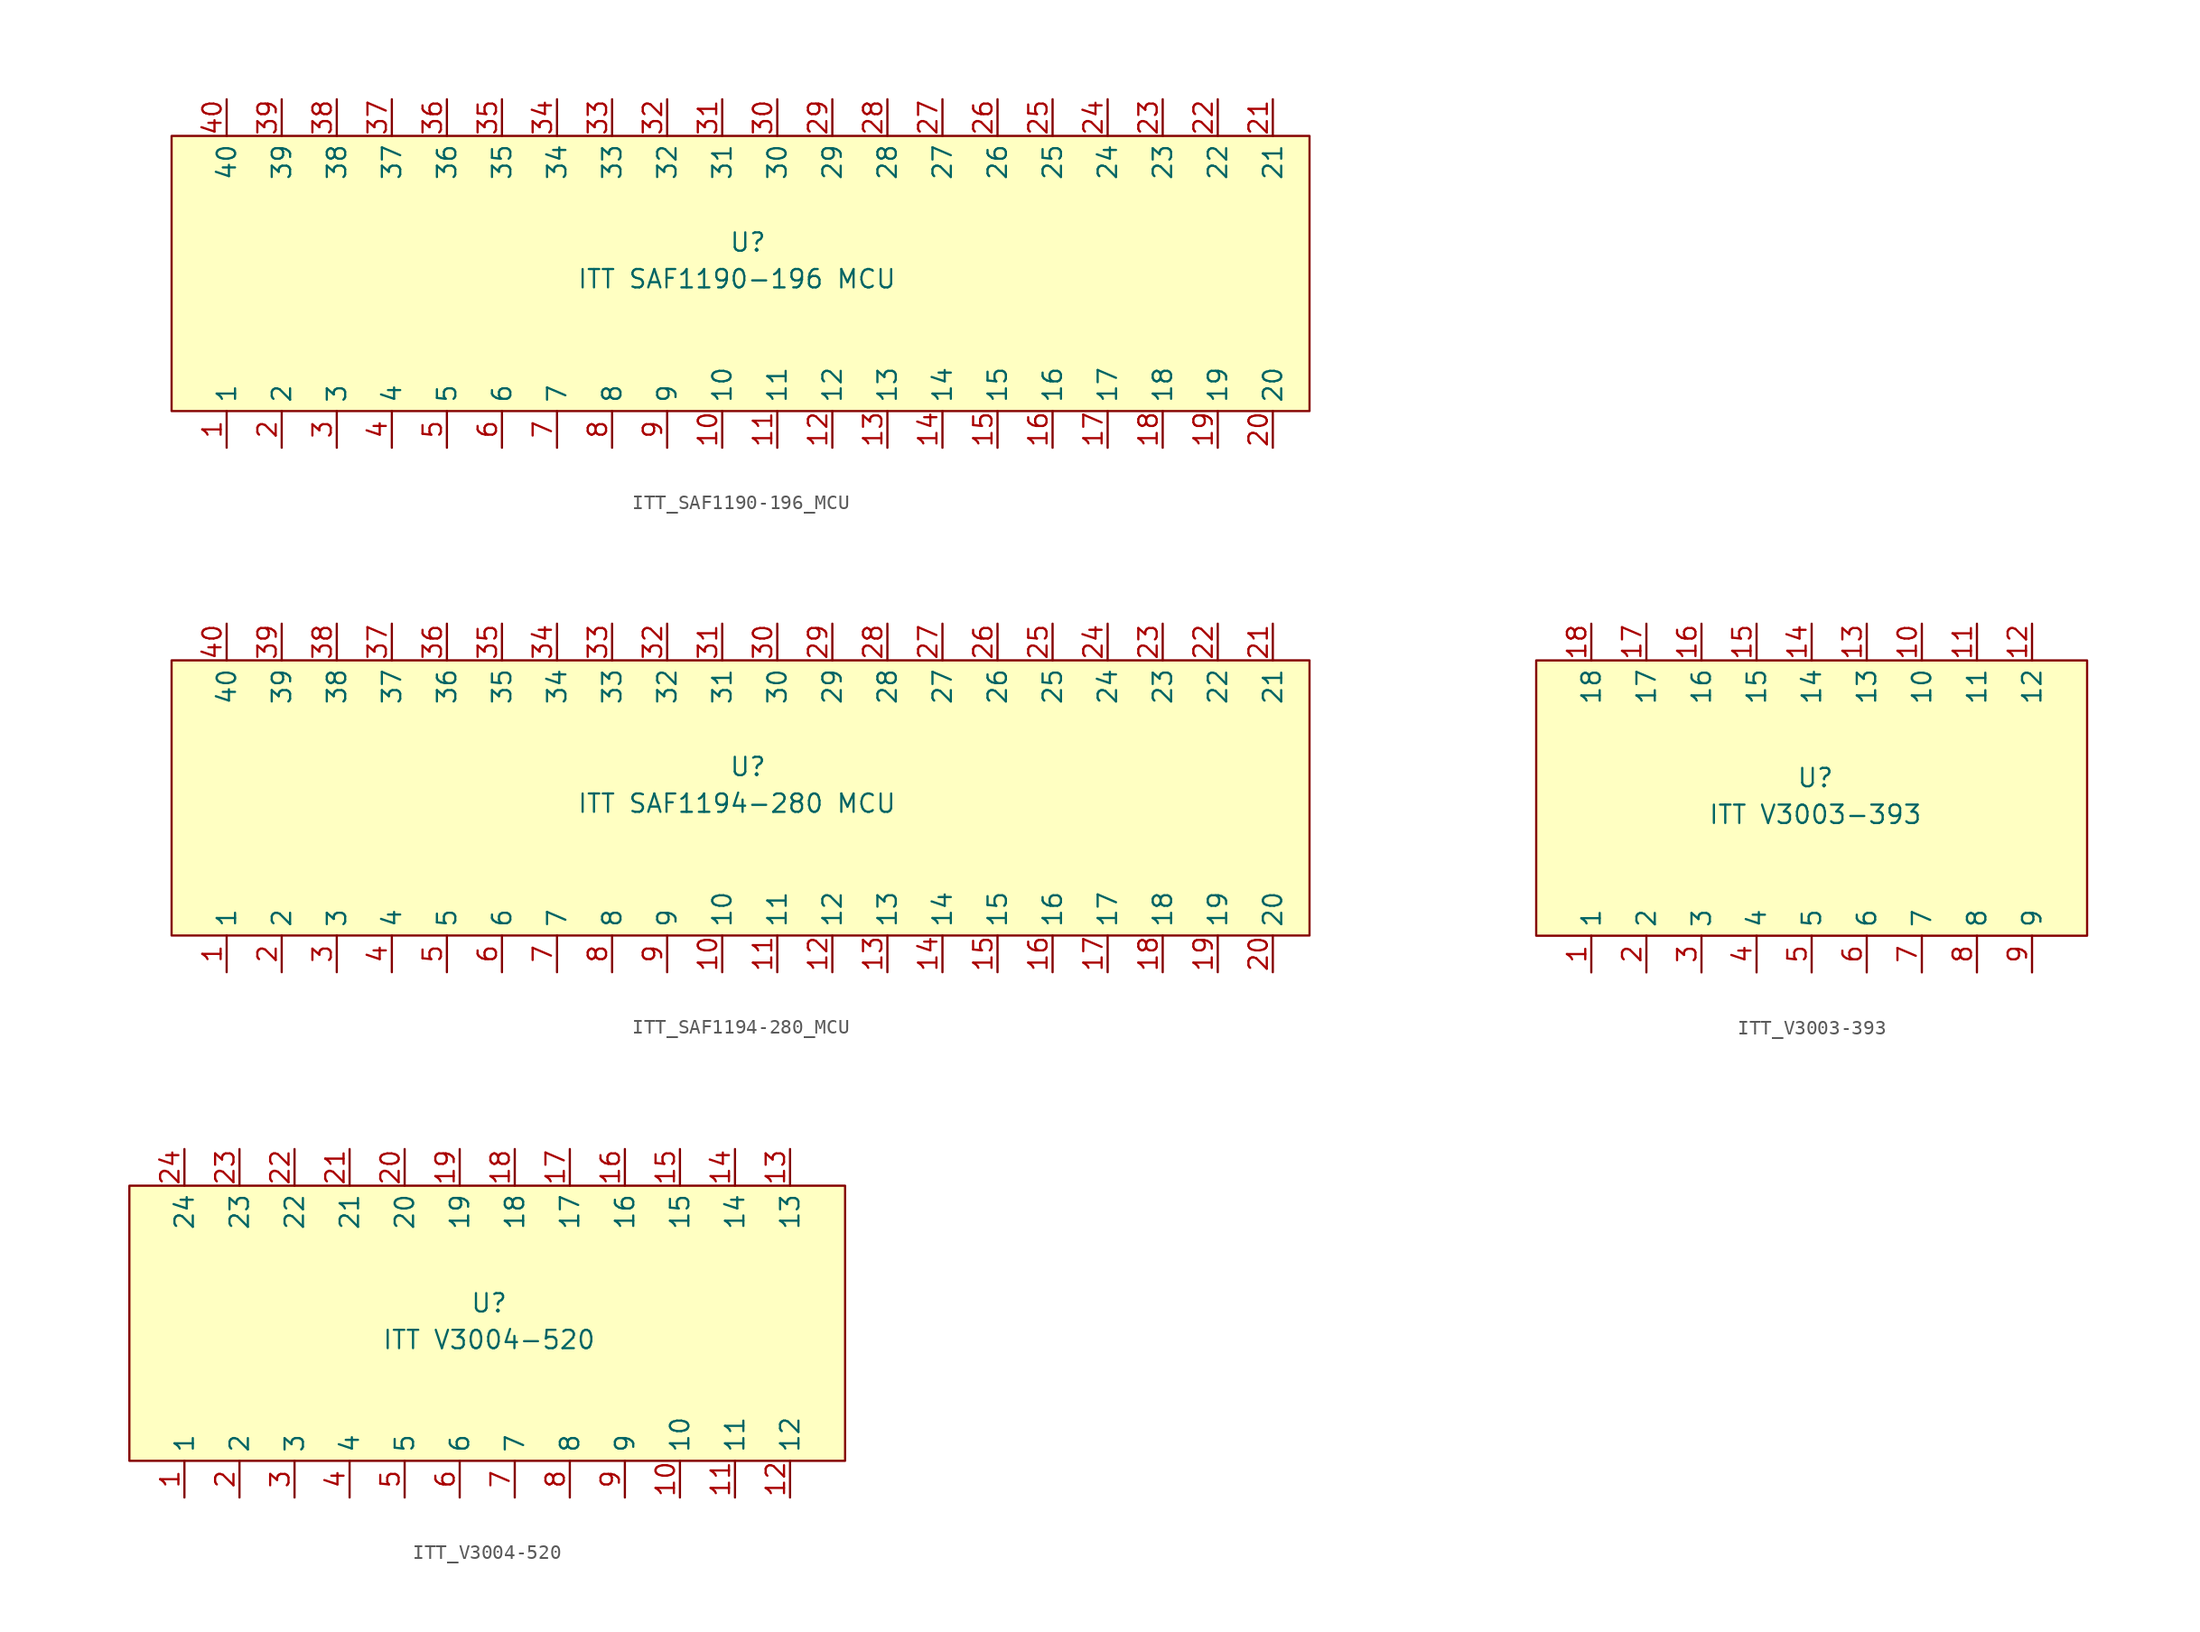
<source format=kicad_sym>
(kicad_symbol_lib
  (version 20241209)
  (generator "kicad_symbol_editor")
  (generator_version "9.0")
  (symbol "ITT_SAF1190-196_MCU"
    (property "Reference" "U"
      (at 0.508 -18.796 0)
      (effects (font (size 1.27 1.27))))
    (property "Value" "ITT SAF1190-196 MCU"
      (at -0.254 -21.336 0)
      (effects (font (size 1.27 1.27))))
    (symbol "ITT_SAF1190-196_MCU_1_1"
      (rectangle (start -39.37 -11.43) (end 39.37 -30.48) (stroke (width 0) (type default)) (fill (type background)))
      (pin input line (at -35.56 -8.89 270) (length 2.54) (name "40" (effects (font (size 1.27 1.27)))) (number "40" (effects (font (size 1.27 1.27)))))
      (pin input line (at -35.56 -33.02 90) (length 2.54) (name "1" (effects (font (size 1.27 1.27)))) (number "1" (effects (font (size 1.27 1.27)))))
      (pin output line (at -31.75 -8.89 270) (length 2.54) (name "39" (effects (font (size 1.27 1.27)))) (number "39" (effects (font (size 1.27 1.27)))))
      (pin input line (at -31.75 -33.02 90) (length 2.54) (name "2" (effects (font (size 1.27 1.27)))) (number "2" (effects (font (size 1.27 1.27)))))
      (pin input line (at -27.94 -8.89 270) (length 2.54) (name "38" (effects (font (size 1.27 1.27)))) (number "38" (effects (font (size 1.27 1.27)))))
      (pin input line (at -27.94 -33.02 90) (length 2.54) (name "3" (effects (font (size 1.27 1.27)))) (number "3" (effects (font (size 1.27 1.27)))))
      (pin input line (at -24.13 -8.89 270) (length 2.54) (name "37" (effects (font (size 1.27 1.27)))) (number "37" (effects (font (size 1.27 1.27)))))
      (pin input line (at -24.13 -33.02 90) (length 2.54) (name "4" (effects (font (size 1.27 1.27)))) (number "4" (effects (font (size 1.27 1.27)))))
      (pin input line (at -20.32 -8.89 270) (length 2.54) (name "36" (effects (font (size 1.27 1.27)))) (number "36" (effects (font (size 1.27 1.27)))))
      (pin input line (at -20.32 -33.02 90) (length 2.54) (name "5" (effects (font (size 1.27 1.27)))) (number "5" (effects (font (size 1.27 1.27)))))
      (pin input line (at -16.51 -8.89 270) (length 2.54) (name "35" (effects (font (size 1.27 1.27)))) (number "35" (effects (font (size 1.27 1.27)))))
      (pin input line (at -16.51 -33.02 90) (length 2.54) (name "6" (effects (font (size 1.27 1.27)))) (number "6" (effects (font (size 1.27 1.27)))))
      (pin input line (at -12.7 -8.89 270) (length 2.54) (name "34" (effects (font (size 1.27 1.27)))) (number "34" (effects (font (size 1.27 1.27)))))
      (pin input line (at -12.7 -33.02 90) (length 2.54) (name "7" (effects (font (size 1.27 1.27)))) (number "7" (effects (font (size 1.27 1.27)))))
      (pin input line (at -8.89 -8.89 270) (length 2.54) (name "33" (effects (font (size 1.27 1.27)))) (number "33" (effects (font (size 1.27 1.27)))))
      (pin input line (at -8.89 -33.02 90) (length 2.54) (name "8" (effects (font (size 1.27 1.27)))) (number "8" (effects (font (size 1.27 1.27)))))
      (pin input line (at -5.08 -8.89 270) (length 2.54) (name "32" (effects (font (size 1.27 1.27)))) (number "32" (effects (font (size 1.27 1.27)))))
      (pin input line (at -5.08 -33.02 90) (length 2.54) (name "9" (effects (font (size 1.27 1.27)))) (number "9" (effects (font (size 1.27 1.27)))))
      (pin input line (at -1.27 -8.89 270) (length 2.54) (name "31" (effects (font (size 1.27 1.27)))) (number "31" (effects (font (size 1.27 1.27)))))
      (pin input line (at -1.27 -33.02 90) (length 2.54) (name "10" (effects (font (size 1.27 1.27)))) (number "10" (effects (font (size 1.27 1.27)))))
      (pin input line (at 2.54 -8.89 270) (length 2.54) (name "30" (effects (font (size 1.27 1.27)))) (number "30" (effects (font (size 1.27 1.27)))))
      (pin input line (at 2.54 -33.02 90) (length 2.54) (name "11" (effects (font (size 1.27 1.27)))) (number "11" (effects (font (size 1.27 1.27)))))
      (pin input line (at 6.35 -8.89 270) (length 2.54) (name "29" (effects (font (size 1.27 1.27)))) (number "29" (effects (font (size 1.27 1.27)))))
      (pin input line (at 6.35 -33.02 90) (length 2.54) (name "12" (effects (font (size 1.27 1.27)))) (number "12" (effects (font (size 1.27 1.27)))))
      (pin input line (at 10.16 -8.89 270) (length 2.54) (name "28" (effects (font (size 1.27 1.27)))) (number "28" (effects (font (size 1.27 1.27)))))
      (pin output line (at 10.16 -33.02 90) (length 2.54) (name "13" (effects (font (size 1.27 1.27)))) (number "13" (effects (font (size 1.27 1.27)))))
      (pin input line (at 13.97 -8.89 270) (length 2.54) (name "27" (effects (font (size 1.27 1.27)))) (number "27" (effects (font (size 1.27 1.27)))))
      (pin output line (at 13.97 -33.02 90) (length 2.54) (name "14" (effects (font (size 1.27 1.27)))) (number "14" (effects (font (size 1.27 1.27)))))
      (pin input line (at 17.78 -8.89 270) (length 2.54) (name "26" (effects (font (size 1.27 1.27)))) (number "26" (effects (font (size 1.27 1.27)))))
      (pin output line (at 17.78 -33.02 90) (length 2.54) (name "15" (effects (font (size 1.27 1.27)))) (number "15" (effects (font (size 1.27 1.27)))))
      (pin input line (at 21.59 -8.89 270) (length 2.54) (name "25" (effects (font (size 1.27 1.27)))) (number "25" (effects (font (size 1.27 1.27)))))
      (pin output line (at 21.59 -33.02 90) (length 2.54) (name "16" (effects (font (size 1.27 1.27)))) (number "16" (effects (font (size 1.27 1.27)))))
      (pin output line (at 25.4 -8.89 270) (length 2.54) (name "24" (effects (font (size 1.27 1.27)))) (number "24" (effects (font (size 1.27 1.27)))))
      (pin output line (at 25.4 -33.02 90) (length 2.54) (name "17" (effects (font (size 1.27 1.27)))) (number "17" (effects (font (size 1.27 1.27)))))
      (pin output line (at 29.21 -8.89 270) (length 2.54) (name "23" (effects (font (size 1.27 1.27)))) (number "23" (effects (font (size 1.27 1.27)))))
      (pin output line (at 29.21 -33.02 90) (length 2.54) (name "18" (effects (font (size 1.27 1.27)))) (number "18" (effects (font (size 1.27 1.27)))))
      (pin output line (at 33.02 -8.89 270) (length 2.54) (name "22" (effects (font (size 1.27 1.27)))) (number "22" (effects (font (size 1.27 1.27)))))
      (pin output line (at 33.02 -33.02 90) (length 2.54) (name "19" (effects (font (size 1.27 1.27)))) (number "19" (effects (font (size 1.27 1.27)))))
      (pin input line (at 36.83 -8.89 270) (length 2.54) (name "21" (effects (font (size 1.27 1.27)))) (number "21" (effects (font (size 1.27 1.27)))))
      (pin output line (at 36.83 -33.02 90) (length 2.54) (name "20" (effects (font (size 1.27 1.27)))) (number "20" (effects (font (size 1.27 1.27)))))))
  (symbol "ITT_SAF1194-280_MCU"
    (property "Reference" "U"
      (at 0.508 -18.796 0)
      (effects (font (size 1.27 1.27))))
    (property "Value" "ITT SAF1194-280 MCU"
      (at -0.254 -21.336 0)
      (effects (font (size 1.27 1.27))))
    (symbol "ITT_SAF1194-280_MCU_1_1"
      (rectangle (start -39.37 -11.43) (end 39.37 -30.48) (stroke (width 0) (type default)) (fill (type background)))
      (pin input line (at -35.56 -8.89 270) (length 2.54) (name "40" (effects (font (size 1.27 1.27)))) (number "40" (effects (font (size 1.27 1.27)))))
      (pin input line (at -35.56 -33.02 90) (length 2.54) (name "1" (effects (font (size 1.27 1.27)))) (number "1" (effects (font (size 1.27 1.27)))))
      (pin output line (at -31.75 -8.89 270) (length 2.54) (name "39" (effects (font (size 1.27 1.27)))) (number "39" (effects (font (size 1.27 1.27)))))
      (pin input line (at -31.75 -33.02 90) (length 2.54) (name "2" (effects (font (size 1.27 1.27)))) (number "2" (effects (font (size 1.27 1.27)))))
      (pin input line (at -27.94 -8.89 270) (length 2.54) (name "38" (effects (font (size 1.27 1.27)))) (number "38" (effects (font (size 1.27 1.27)))))
      (pin input line (at -27.94 -33.02 90) (length 2.54) (name "3" (effects (font (size 1.27 1.27)))) (number "3" (effects (font (size 1.27 1.27)))))
      (pin input line (at -24.13 -8.89 270) (length 2.54) (name "37" (effects (font (size 1.27 1.27)))) (number "37" (effects (font (size 1.27 1.27)))))
      (pin input line (at -24.13 -33.02 90) (length 2.54) (name "4" (effects (font (size 1.27 1.27)))) (number "4" (effects (font (size 1.27 1.27)))))
      (pin input line (at -20.32 -8.89 270) (length 2.54) (name "36" (effects (font (size 1.27 1.27)))) (number "36" (effects (font (size 1.27 1.27)))))
      (pin input line (at -20.32 -33.02 90) (length 2.54) (name "5" (effects (font (size 1.27 1.27)))) (number "5" (effects (font (size 1.27 1.27)))))
      (pin input line (at -16.51 -8.89 270) (length 2.54) (name "35" (effects (font (size 1.27 1.27)))) (number "35" (effects (font (size 1.27 1.27)))))
      (pin input line (at -16.51 -33.02 90) (length 2.54) (name "6" (effects (font (size 1.27 1.27)))) (number "6" (effects (font (size 1.27 1.27)))))
      (pin input line (at -12.7 -8.89 270) (length 2.54) (name "34" (effects (font (size 1.27 1.27)))) (number "34" (effects (font (size 1.27 1.27)))))
      (pin input line (at -12.7 -33.02 90) (length 2.54) (name "7" (effects (font (size 1.27 1.27)))) (number "7" (effects (font (size 1.27 1.27)))))
      (pin input line (at -8.89 -8.89 270) (length 2.54) (name "33" (effects (font (size 1.27 1.27)))) (number "33" (effects (font (size 1.27 1.27)))))
      (pin input line (at -8.89 -33.02 90) (length 2.54) (name "8" (effects (font (size 1.27 1.27)))) (number "8" (effects (font (size 1.27 1.27)))))
      (pin input line (at -5.08 -8.89 270) (length 2.54) (name "32" (effects (font (size 1.27 1.27)))) (number "32" (effects (font (size 1.27 1.27)))))
      (pin input line (at -5.08 -33.02 90) (length 2.54) (name "9" (effects (font (size 1.27 1.27)))) (number "9" (effects (font (size 1.27 1.27)))))
      (pin input line (at -1.27 -8.89 270) (length 2.54) (name "31" (effects (font (size 1.27 1.27)))) (number "31" (effects (font (size 1.27 1.27)))))
      (pin input line (at -1.27 -33.02 90) (length 2.54) (name "10" (effects (font (size 1.27 1.27)))) (number "10" (effects (font (size 1.27 1.27)))))
      (pin input line (at 2.54 -8.89 270) (length 2.54) (name "30" (effects (font (size 1.27 1.27)))) (number "30" (effects (font (size 1.27 1.27)))))
      (pin input line (at 2.54 -33.02 90) (length 2.54) (name "11" (effects (font (size 1.27 1.27)))) (number "11" (effects (font (size 1.27 1.27)))))
      (pin input line (at 6.35 -8.89 270) (length 2.54) (name "29" (effects (font (size 1.27 1.27)))) (number "29" (effects (font (size 1.27 1.27)))))
      (pin input line (at 6.35 -33.02 90) (length 2.54) (name "12" (effects (font (size 1.27 1.27)))) (number "12" (effects (font (size 1.27 1.27)))))
      (pin input line (at 10.16 -8.89 270) (length 2.54) (name "28" (effects (font (size 1.27 1.27)))) (number "28" (effects (font (size 1.27 1.27)))))
      (pin output line (at 10.16 -33.02 90) (length 2.54) (name "13" (effects (font (size 1.27 1.27)))) (number "13" (effects (font (size 1.27 1.27)))))
      (pin input line (at 13.97 -8.89 270) (length 2.54) (name "27" (effects (font (size 1.27 1.27)))) (number "27" (effects (font (size 1.27 1.27)))))
      (pin output line (at 13.97 -33.02 90) (length 2.54) (name "14" (effects (font (size 1.27 1.27)))) (number "14" (effects (font (size 1.27 1.27)))))
      (pin input line (at 17.78 -8.89 270) (length 2.54) (name "26" (effects (font (size 1.27 1.27)))) (number "26" (effects (font (size 1.27 1.27)))))
      (pin output line (at 17.78 -33.02 90) (length 2.54) (name "15" (effects (font (size 1.27 1.27)))) (number "15" (effects (font (size 1.27 1.27)))))
      (pin input line (at 21.59 -8.89 270) (length 2.54) (name "25" (effects (font (size 1.27 1.27)))) (number "25" (effects (font (size 1.27 1.27)))))
      (pin output line (at 21.59 -33.02 90) (length 2.54) (name "16" (effects (font (size 1.27 1.27)))) (number "16" (effects (font (size 1.27 1.27)))))
      (pin output line (at 25.4 -8.89 270) (length 2.54) (name "24" (effects (font (size 1.27 1.27)))) (number "24" (effects (font (size 1.27 1.27)))))
      (pin output line (at 25.4 -33.02 90) (length 2.54) (name "17" (effects (font (size 1.27 1.27)))) (number "17" (effects (font (size 1.27 1.27)))))
      (pin output line (at 29.21 -8.89 270) (length 2.54) (name "23" (effects (font (size 1.27 1.27)))) (number "23" (effects (font (size 1.27 1.27)))))
      (pin output line (at 29.21 -33.02 90) (length 2.54) (name "18" (effects (font (size 1.27 1.27)))) (number "18" (effects (font (size 1.27 1.27)))))
      (pin output line (at 33.02 -8.89 270) (length 2.54) (name "22" (effects (font (size 1.27 1.27)))) (number "22" (effects (font (size 1.27 1.27)))))
      (pin output line (at 33.02 -33.02 90) (length 2.54) (name "19" (effects (font (size 1.27 1.27)))) (number "19" (effects (font (size 1.27 1.27)))))
      (pin input line (at 36.83 -8.89 270) (length 2.54) (name "21" (effects (font (size 1.27 1.27)))) (number "21" (effects (font (size 1.27 1.27)))))
      (pin output line (at 36.83 -33.02 90) (length 2.54) (name "20" (effects (font (size 1.27 1.27)))) (number "20" (effects (font (size 1.27 1.27)))))))
  (symbol "ITT_V3003-393"
    (property "Reference" "U"
      (at 0.254 -19.558 0)
      (effects (font (size 1.27 1.27))))
    (property "Value" "ITT V3003-393"
      (at 0.254 -22.098 0)
      (effects (font (size 1.27 1.27))))
    (symbol "ITT_V3003-393_1_1"
      (rectangle (start -19.05 -11.43) (end 19.05 -30.48) (stroke (width 0) (type default)) (fill (type background)))
      (pin output line (at -15.24 -8.89 270) (length 2.54) (name "18" (effects (font (size 1.27 1.27)))) (number "18" (effects (font (size 1.27 1.27)))))
      (pin input line (at -15.24 -33.02 90) (length 2.54) (name "1" (effects (font (size 1.27 1.27)))) (number "1" (effects (font (size 1.27 1.27)))))
      (pin output line (at -11.43 -8.89 270) (length 2.54) (name "17" (effects (font (size 1.27 1.27)))) (number "17" (effects (font (size 1.27 1.27)))))
      (pin input line (at -11.43 -33.02 90) (length 2.54) (name "2" (effects (font (size 1.27 1.27)))) (number "2" (effects (font (size 1.27 1.27)))))
      (pin output line (at -7.62 -8.89 270) (length 2.54) (name "16" (effects (font (size 1.27 1.27)))) (number "16" (effects (font (size 1.27 1.27)))))
      (pin input line (at -7.62 -33.02 90) (length 2.54) (name "3" (effects (font (size 1.27 1.27)))) (number "3" (effects (font (size 1.27 1.27)))))
      (pin output line (at -3.81 -8.89 270) (length 2.54) (name "15" (effects (font (size 1.27 1.27)))) (number "15" (effects (font (size 1.27 1.27)))))
      (pin input line (at -3.81 -33.02 90) (length 2.54) (name "4" (effects (font (size 1.27 1.27)))) (number "4" (effects (font (size 1.27 1.27)))))
      (pin output line (at 0 -8.89 270) (length 2.54) (name "14" (effects (font (size 1.27 1.27)))) (number "14" (effects (font (size 1.27 1.27)))))
      (pin input line (at 0 -33.02 90) (length 2.54) (name "5" (effects (font (size 1.27 1.27)))) (number "5" (effects (font (size 1.27 1.27)))))
      (pin output line (at 3.81 -8.89 270) (length 2.54) (name "13" (effects (font (size 1.27 1.27)))) (number "13" (effects (font (size 1.27 1.27)))))
      (pin input line (at 3.81 -33.02 90) (length 2.54) (name "6" (effects (font (size 1.27 1.27)))) (number "6" (effects (font (size 1.27 1.27)))))
      (pin input line (at 7.62 -8.89 270) (length 2.54) (name "10" (effects (font (size 1.27 1.27)))) (number "10" (effects (font (size 1.27 1.27)))))
      (pin input line (at 7.62 -33.02 90) (length 2.54) (name "7" (effects (font (size 1.27 1.27)))) (number "7" (effects (font (size 1.27 1.27)))))
      (pin input line (at 11.43 -8.89 270) (length 2.54) (name "11" (effects (font (size 1.27 1.27)))) (number "11" (effects (font (size 1.27 1.27)))))
      (pin input line (at 11.43 -33.02 90) (length 2.54) (name "8" (effects (font (size 1.27 1.27)))) (number "8" (effects (font (size 1.27 1.27)))))
      (pin input line (at 15.24 -8.89 270) (length 2.54) (name "12" (effects (font (size 1.27 1.27)))) (number "12" (effects (font (size 1.27 1.27)))))
      (pin input line (at 15.24 -33.02 90) (length 2.54) (name "9" (effects (font (size 1.27 1.27)))) (number "9" (effects (font (size 1.27 1.27)))))))
  (symbol "ITT_V3004-520"
    (property "Reference" "U"
      (at 0.762 -19.558 0)
      (effects (font (size 1.27 1.27))))
    (property "Value" "ITT V3004-520"
      (at 0.762 -22.098 0)
      (effects (font (size 1.27 1.27))))
    (symbol "ITT_V3004-520_1_1"
      (rectangle (start -24.13 -11.43) (end 25.4 -30.48) (stroke (width 0) (type default)) (fill (type background)))
      (pin output line (at -20.32 -8.89 270) (length 2.54) (name "24" (effects (font (size 1.27 1.27)))) (number "24" (effects (font (size 1.27 1.27)))))
      (pin input line (at -20.32 -33.02 90) (length 2.54) (name "1" (effects (font (size 1.27 1.27)))) (number "1" (effects (font (size 1.27 1.27)))))
      (pin output line (at -16.51 -8.89 270) (length 2.54) (name "23" (effects (font (size 1.27 1.27)))) (number "23" (effects (font (size 1.27 1.27)))))
      (pin input line (at -16.51 -33.02 90) (length 2.54) (name "2" (effects (font (size 1.27 1.27)))) (number "2" (effects (font (size 1.27 1.27)))))
      (pin output line (at -12.7 -8.89 270) (length 2.54) (name "22" (effects (font (size 1.27 1.27)))) (number "22" (effects (font (size 1.27 1.27)))))
      (pin input line (at -12.7 -33.02 90) (length 2.54) (name "3" (effects (font (size 1.27 1.27)))) (number "3" (effects (font (size 1.27 1.27)))))
      (pin input line (at -8.89 -8.89 270) (length 2.54) (name "21" (effects (font (size 1.27 1.27)))) (number "21" (effects (font (size 1.27 1.27)))))
      (pin input line (at -8.89 -33.02 90) (length 2.54) (name "4" (effects (font (size 1.27 1.27)))) (number "4" (effects (font (size 1.27 1.27)))))
      (pin output line (at -5.08 -8.89 270) (length 2.54) (name "20" (effects (font (size 1.27 1.27)))) (number "20" (effects (font (size 1.27 1.27)))))
      (pin input line (at -5.08 -33.02 90) (length 2.54) (name "5" (effects (font (size 1.27 1.27)))) (number "5" (effects (font (size 1.27 1.27)))))
      (pin output line (at -1.27 -8.89 270) (length 2.54) (name "19" (effects (font (size 1.27 1.27)))) (number "19" (effects (font (size 1.27 1.27)))))
      (pin input line (at -1.27 -33.02 90) (length 2.54) (name "6" (effects (font (size 1.27 1.27)))) (number "6" (effects (font (size 1.27 1.27)))))
      (pin output line (at 2.54 -8.89 270) (length 2.54) (name "18" (effects (font (size 1.27 1.27)))) (number "18" (effects (font (size 1.27 1.27)))))
      (pin input line (at 2.54 -33.02 90) (length 2.54) (name "7" (effects (font (size 1.27 1.27)))) (number "7" (effects (font (size 1.27 1.27)))))
      (pin output line (at 6.35 -8.89 270) (length 2.54) (name "17" (effects (font (size 1.27 1.27)))) (number "17" (effects (font (size 1.27 1.27)))))
      (pin input line (at 6.35 -33.02 90) (length 2.54) (name "8" (effects (font (size 1.27 1.27)))) (number "8" (effects (font (size 1.27 1.27)))))
      (pin output line (at 10.16 -8.89 270) (length 2.54) (name "16" (effects (font (size 1.27 1.27)))) (number "16" (effects (font (size 1.27 1.27)))))
      (pin input line (at 10.16 -33.02 90) (length 2.54) (name "9" (effects (font (size 1.27 1.27)))) (number "9" (effects (font (size 1.27 1.27)))))
      (pin output line (at 13.97 -8.89 270) (length 2.54) (name "15" (effects (font (size 1.27 1.27)))) (number "15" (effects (font (size 1.27 1.27)))))
      (pin input line (at 13.97 -33.02 90) (length 2.54) (name "10" (effects (font (size 1.27 1.27)))) (number "10" (effects (font (size 1.27 1.27)))))
      (pin output line (at 17.78 -8.89 270) (length 2.54) (name "14" (effects (font (size 1.27 1.27)))) (number "14" (effects (font (size 1.27 1.27)))))
      (pin input line (at 17.78 -33.02 90) (length 2.54) (name "11" (effects (font (size 1.27 1.27)))) (number "11" (effects (font (size 1.27 1.27)))))
      (pin output line (at 21.59 -8.89 270) (length 2.54) (name "13" (effects (font (size 1.27 1.27)))) (number "13" (effects (font (size 1.27 1.27)))))
      (pin input line (at 21.59 -33.02 90) (length 2.54) (name "12" (effects (font (size 1.27 1.27)))) (number "12" (effects (font (size 1.27 1.27))))))))
</source>
